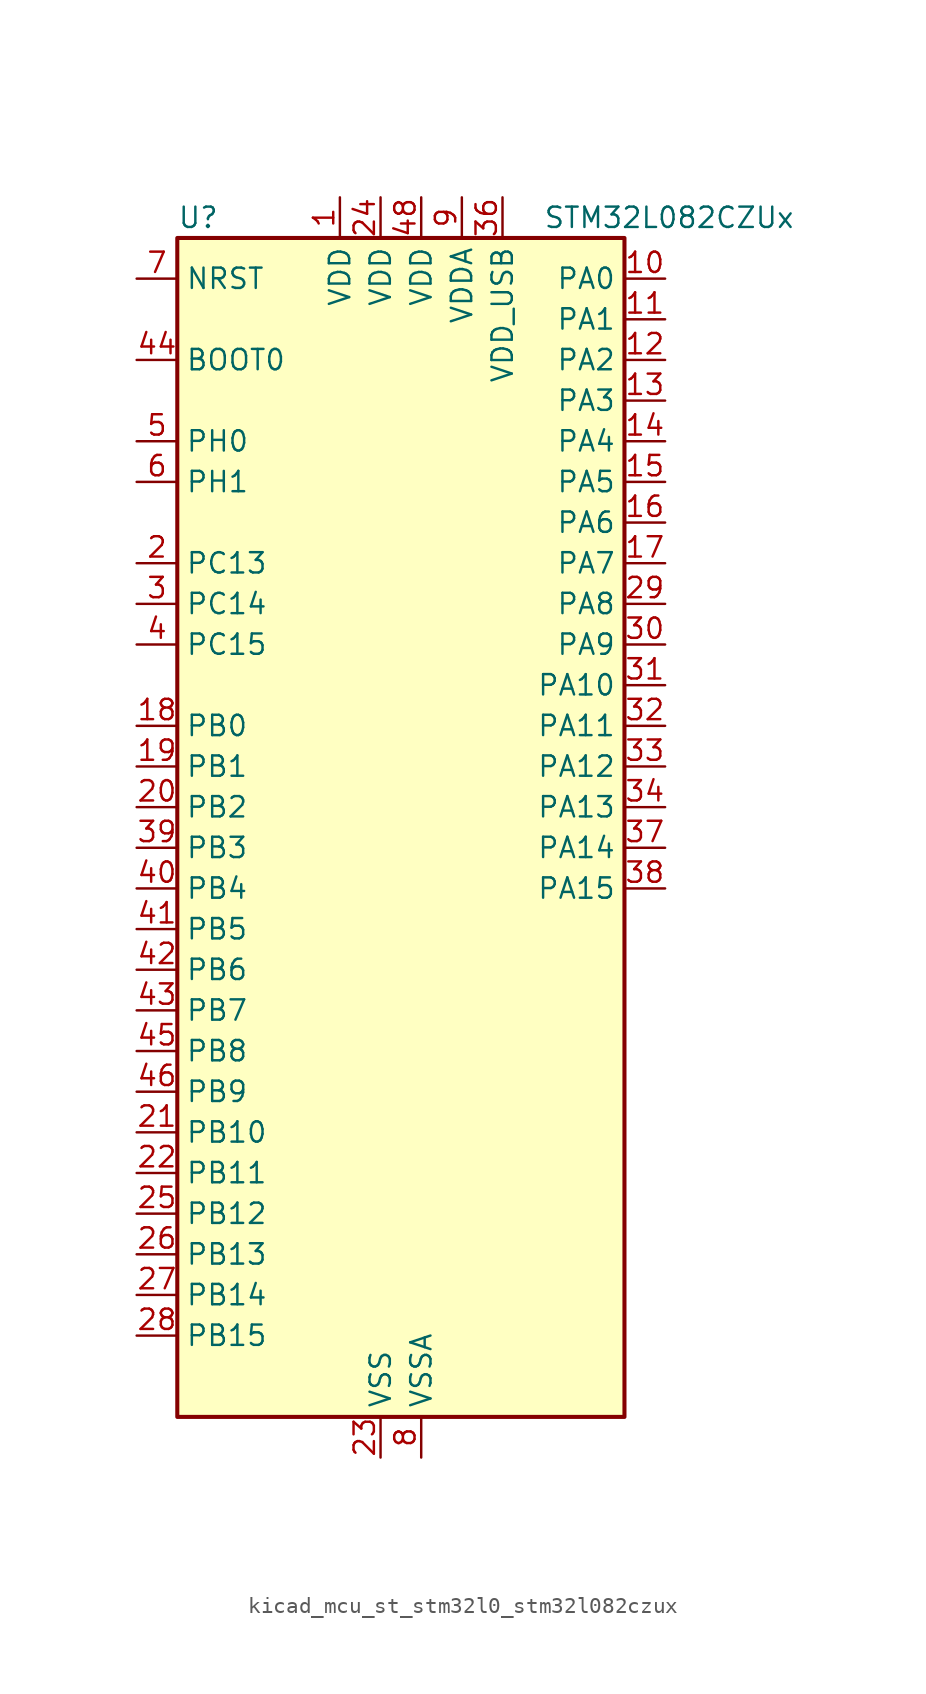
<source format=kicad_sym>
(kicad_symbol_lib
  (version 20220914)
  (generator kicad_symbol_editor)
  (symbol "kicad_mcu_st_stm32l0_stm32l082czux"
    (property "Reference" "U"
      (at -12.7 39.37 0)
      (effects (font (size 1.27 1.27)) (justify left)))
    (property "Value" "STM32L082CZUx"
      (at 10.16 39.37 0)
      (effects (font (size 1.27 1.27)) (justify left)))
    (property "ki_locked" ""
      (at 0 0 0)
      (effects (font (size 1.27 1.27))))
    (symbol "kicad_mcu_st_stm32l0_stm32l082czux_0_1"
      (rectangle (start -12.7 -35.56) (end 15.24 38.1) (stroke (width 0.254) (type default)) (fill (type background))))
    (symbol "kicad_mcu_st_stm32l0_stm32l082czux_1_1"
      (pin power_in line (at -2.54 40.64 270) (length 2.54) (name "VDD" (effects (font (size 1.27 1.27)))) (number "1" (effects (font (size 1.27 1.27)))))
      (pin bidirectional line (at 17.78 35.56 180) (length 2.54) (name "PA0" (effects (font (size 1.27 1.27)))) (number "10" (effects (font (size 1.27 1.27)))) (alternate "ADC_IN0" bidirectional line) (alternate "COMP1_INM" bidirectional line) (alternate "COMP1_OUT" bidirectional line) (alternate "RTC_TAMP2" bidirectional line) (alternate "SYS_WKUP1" bidirectional line) (alternate "TIM2_CH1" bidirectional line) (alternate "TIM2_ETR" bidirectional line) (alternate "TSC_G1_IO1" bidirectional line) (alternate "USART2_CTS" bidirectional line) (alternate "USART4_TX" bidirectional line))
      (pin bidirectional line (at 17.78 33.02 180) (length 2.54) (name "PA1" (effects (font (size 1.27 1.27)))) (number "11" (effects (font (size 1.27 1.27)))) (alternate "ADC_IN1" bidirectional line) (alternate "COMP1_INP" bidirectional line) (alternate "TIM21_ETR" bidirectional line) (alternate "TIM2_CH2" bidirectional line) (alternate "TSC_G1_IO2" bidirectional line) (alternate "USART2_DE" bidirectional line) (alternate "USART2_RTS" bidirectional line) (alternate "USART4_RX" bidirectional line))
      (pin bidirectional line (at 17.78 30.48 180) (length 2.54) (name "PA2" (effects (font (size 1.27 1.27)))) (number "12" (effects (font (size 1.27 1.27)))) (alternate "ADC_IN2" bidirectional line) (alternate "COMP2_INM" bidirectional line) (alternate "COMP2_OUT" bidirectional line) (alternate "LPUART1_TX" bidirectional line) (alternate "TIM21_CH1" bidirectional line) (alternate "TIM2_CH3" bidirectional line) (alternate "TSC_G1_IO3" bidirectional line) (alternate "USART2_TX" bidirectional line))
      (pin bidirectional line (at 17.78 27.94 180) (length 2.54) (name "PA3" (effects (font (size 1.27 1.27)))) (number "13" (effects (font (size 1.27 1.27)))) (alternate "ADC_IN3" bidirectional line) (alternate "COMP2_INP" bidirectional line) (alternate "LPUART1_RX" bidirectional line) (alternate "TIM21_CH2" bidirectional line) (alternate "TIM2_CH4" bidirectional line) (alternate "TSC_G1_IO4" bidirectional line) (alternate "USART2_RX" bidirectional line))
      (pin bidirectional line (at 17.78 25.4 180) (length 2.54) (name "PA4" (effects (font (size 1.27 1.27)))) (number "14" (effects (font (size 1.27 1.27)))) (alternate "ADC_IN4" bidirectional line) (alternate "COMP1_INM" bidirectional line) (alternate "COMP2_INM" bidirectional line) (alternate "DAC_OUT1" bidirectional line) (alternate "SPI1_NSS" bidirectional line) (alternate "TIM22_ETR" bidirectional line) (alternate "TSC_G2_IO1" bidirectional line) (alternate "USART2_CK" bidirectional line))
      (pin bidirectional line (at 17.78 22.86 180) (length 2.54) (name "PA5" (effects (font (size 1.27 1.27)))) (number "15" (effects (font (size 1.27 1.27)))) (alternate "ADC_IN5" bidirectional line) (alternate "COMP1_INM" bidirectional line) (alternate "COMP2_INM" bidirectional line) (alternate "DAC_OUT2" bidirectional line) (alternate "SPI1_SCK" bidirectional line) (alternate "TIM2_CH1" bidirectional line) (alternate "TIM2_ETR" bidirectional line) (alternate "TSC_G2_IO2" bidirectional line))
      (pin bidirectional line (at 17.78 20.32 180) (length 2.54) (name "PA6" (effects (font (size 1.27 1.27)))) (number "16" (effects (font (size 1.27 1.27)))) (alternate "ADC_IN6" bidirectional line) (alternate "COMP1_OUT" bidirectional line) (alternate "LPUART1_CTS" bidirectional line) (alternate "SPI1_MISO" bidirectional line) (alternate "TIM22_CH1" bidirectional line) (alternate "TIM3_CH1" bidirectional line) (alternate "TSC_G2_IO3" bidirectional line))
      (pin bidirectional line (at 17.78 17.78 180) (length 2.54) (name "PA7" (effects (font (size 1.27 1.27)))) (number "17" (effects (font (size 1.27 1.27)))) (alternate "ADC_IN7" bidirectional line) (alternate "COMP2_OUT" bidirectional line) (alternate "SPI1_MOSI" bidirectional line) (alternate "TIM22_CH2" bidirectional line) (alternate "TIM3_CH2" bidirectional line) (alternate "TSC_G2_IO4" bidirectional line))
      (pin bidirectional line (at -15.24 7.62 0) (length 2.54) (name "PB0" (effects (font (size 1.27 1.27)))) (number "18" (effects (font (size 1.27 1.27)))) (alternate "ADC_IN8" bidirectional line) (alternate "SYS_VREF_OUT_PB0" bidirectional line) (alternate "TIM3_CH3" bidirectional line) (alternate "TSC_G3_IO2" bidirectional line))
      (pin bidirectional line (at -15.24 5.08 0) (length 2.54) (name "PB1" (effects (font (size 1.27 1.27)))) (number "19" (effects (font (size 1.27 1.27)))) (alternate "ADC_IN9" bidirectional line) (alternate "LPUART1_DE" bidirectional line) (alternate "LPUART1_RTS" bidirectional line) (alternate "SYS_VREF_OUT_PB1" bidirectional line) (alternate "TIM3_CH4" bidirectional line) (alternate "TSC_G3_IO3" bidirectional line))
      (pin bidirectional line (at -15.24 17.78 0) (length 2.54) (name "PC13" (effects (font (size 1.27 1.27)))) (number "2" (effects (font (size 1.27 1.27)))) (alternate "RTC_OUT_ALARM" bidirectional line) (alternate "RTC_OUT_CALIB" bidirectional line) (alternate "RTC_TAMP1" bidirectional line) (alternate "RTC_TS" bidirectional line) (alternate "SYS_WKUP2" bidirectional line))
      (pin bidirectional line (at -15.24 2.54 0) (length 2.54) (name "PB2" (effects (font (size 1.27 1.27)))) (number "20" (effects (font (size 1.27 1.27)))) (alternate "I2C3_SMBA" bidirectional line) (alternate "LPTIM1_OUT" bidirectional line) (alternate "TSC_G3_IO4" bidirectional line))
      (pin bidirectional line (at -15.24 -17.78 0) (length 2.54) (name "PB10" (effects (font (size 1.27 1.27)))) (number "21" (effects (font (size 1.27 1.27)))) (alternate "I2C2_SCL" bidirectional line) (alternate "LPUART1_RX" bidirectional line) (alternate "LPUART1_TX" bidirectional line) (alternate "SPI2_SCK" bidirectional line) (alternate "TIM2_CH3" bidirectional line) (alternate "TSC_SYNC" bidirectional line))
      (pin bidirectional line (at -15.24 -20.32 0) (length 2.54) (name "PB11" (effects (font (size 1.27 1.27)))) (number "22" (effects (font (size 1.27 1.27)))) (alternate "ADC_EXTI11" bidirectional line) (alternate "I2C2_SDA" bidirectional line) (alternate "LPUART1_RX" bidirectional line) (alternate "LPUART1_TX" bidirectional line) (alternate "TIM2_CH4" bidirectional line) (alternate "TSC_G6_IO1" bidirectional line))
      (pin power_in line (at 0 -38.1 90) (length 2.54) (name "VSS" (effects (font (size 1.27 1.27)))) (number "23" (effects (font (size 1.27 1.27)))))
      (pin power_in line (at 0 40.64 270) (length 2.54) (name "VDD" (effects (font (size 1.27 1.27)))) (number "24" (effects (font (size 1.27 1.27)))))
      (pin bidirectional line (at -15.24 -22.86 0) (length 2.54) (name "PB12" (effects (font (size 1.27 1.27)))) (number "25" (effects (font (size 1.27 1.27)))) (alternate "I2S2_WS" bidirectional line) (alternate "LPUART1_DE" bidirectional line) (alternate "LPUART1_RTS" bidirectional line) (alternate "SPI2_NSS" bidirectional line) (alternate "TSC_G6_IO2" bidirectional line))
      (pin bidirectional line (at -15.24 -25.4 0) (length 2.54) (name "PB13" (effects (font (size 1.27 1.27)))) (number "26" (effects (font (size 1.27 1.27)))) (alternate "I2C2_SCL" bidirectional line) (alternate "I2S2_CK" bidirectional line) (alternate "LPUART1_CTS" bidirectional line) (alternate "RCC_MCO" bidirectional line) (alternate "SPI2_SCK" bidirectional line) (alternate "TIM21_CH1" bidirectional line) (alternate "TSC_G6_IO3" bidirectional line))
      (pin bidirectional line (at -15.24 -27.94 0) (length 2.54) (name "PB14" (effects (font (size 1.27 1.27)))) (number "27" (effects (font (size 1.27 1.27)))) (alternate "I2C2_SDA" bidirectional line) (alternate "I2S2_MCK" bidirectional line) (alternate "LPUART1_DE" bidirectional line) (alternate "LPUART1_RTS" bidirectional line) (alternate "RTC_OUT_ALARM" bidirectional line) (alternate "RTC_OUT_CALIB" bidirectional line) (alternate "SPI2_MISO" bidirectional line) (alternate "TIM21_CH2" bidirectional line) (alternate "TSC_G6_IO4" bidirectional line))
      (pin bidirectional line (at -15.24 -30.48 0) (length 2.54) (name "PB15" (effects (font (size 1.27 1.27)))) (number "28" (effects (font (size 1.27 1.27)))) (alternate "I2S2_SD" bidirectional line) (alternate "RTC_REFIN" bidirectional line) (alternate "SPI2_MOSI" bidirectional line))
      (pin bidirectional line (at 17.78 15.24 180) (length 2.54) (name "PA8" (effects (font (size 1.27 1.27)))) (number "29" (effects (font (size 1.27 1.27)))) (alternate "CRS_SYNC" bidirectional line) (alternate "I2C3_SCL" bidirectional line) (alternate "RCC_MCO" bidirectional line) (alternate "USART1_CK" bidirectional line))
      (pin bidirectional line (at -15.24 15.24 0) (length 2.54) (name "PC14" (effects (font (size 1.27 1.27)))) (number "3" (effects (font (size 1.27 1.27)))) (alternate "RCC_OSC32_IN" bidirectional line))
      (pin bidirectional line (at 17.78 12.7 180) (length 2.54) (name "PA9" (effects (font (size 1.27 1.27)))) (number "30" (effects (font (size 1.27 1.27)))) (alternate "DAC_EXTI9" bidirectional line) (alternate "I2C1_SCL" bidirectional line) (alternate "I2C3_SMBA" bidirectional line) (alternate "RCC_MCO" bidirectional line) (alternate "TSC_G4_IO1" bidirectional line) (alternate "USART1_TX" bidirectional line))
      (pin bidirectional line (at 17.78 10.16 180) (length 2.54) (name "PA10" (effects (font (size 1.27 1.27)))) (number "31" (effects (font (size 1.27 1.27)))) (alternate "I2C1_SDA" bidirectional line) (alternate "TSC_G4_IO2" bidirectional line) (alternate "USART1_RX" bidirectional line))
      (pin bidirectional line (at 17.78 7.62 180) (length 2.54) (name "PA11" (effects (font (size 1.27 1.27)))) (number "32" (effects (font (size 1.27 1.27)))) (alternate "ADC_EXTI11" bidirectional line) (alternate "COMP1_OUT" bidirectional line) (alternate "SPI1_MISO" bidirectional line) (alternate "TSC_G4_IO3" bidirectional line) (alternate "USART1_CTS" bidirectional line) (alternate "USB_DM" bidirectional line))
      (pin bidirectional line (at 17.78 5.08 180) (length 2.54) (name "PA12" (effects (font (size 1.27 1.27)))) (number "33" (effects (font (size 1.27 1.27)))) (alternate "COMP2_OUT" bidirectional line) (alternate "SPI1_MOSI" bidirectional line) (alternate "TSC_G4_IO4" bidirectional line) (alternate "USART1_DE" bidirectional line) (alternate "USART1_RTS" bidirectional line) (alternate "USB_DP" bidirectional line))
      (pin bidirectional line (at 17.78 2.54 180) (length 2.54) (name "PA13" (effects (font (size 1.27 1.27)))) (number "34" (effects (font (size 1.27 1.27)))) (alternate "LPUART1_RX" bidirectional line) (alternate "SYS_SWDIO" bidirectional line) (alternate "USB_NOE" bidirectional line))
      (pin passive line (at 0 -38.1 90) (length 2.54) hide (name "VSS" (effects (font (size 1.27 1.27)))) (number "35" (effects (font (size 1.27 1.27)))))
      (pin power_in line (at 7.62 40.64 270) (length 2.54) (name "VDD_USB" (effects (font (size 1.27 1.27)))) (number "36" (effects (font (size 1.27 1.27)))))
      (pin bidirectional line (at 17.78 0 180) (length 2.54) (name "PA14" (effects (font (size 1.27 1.27)))) (number "37" (effects (font (size 1.27 1.27)))) (alternate "LPUART1_TX" bidirectional line) (alternate "SYS_SWCLK" bidirectional line) (alternate "USART2_TX" bidirectional line))
      (pin bidirectional line (at 17.78 -2.54 180) (length 2.54) (name "PA15" (effects (font (size 1.27 1.27)))) (number "38" (effects (font (size 1.27 1.27)))) (alternate "SPI1_NSS" bidirectional line) (alternate "TIM2_CH1" bidirectional line) (alternate "TIM2_ETR" bidirectional line) (alternate "USART2_RX" bidirectional line) (alternate "USART4_DE" bidirectional line) (alternate "USART4_RTS" bidirectional line))
      (pin bidirectional line (at -15.24 0 0) (length 2.54) (name "PB3" (effects (font (size 1.27 1.27)))) (number "39" (effects (font (size 1.27 1.27)))) (alternate "COMP2_INM" bidirectional line) (alternate "SPI1_SCK" bidirectional line) (alternate "TIM2_CH2" bidirectional line) (alternate "TSC_G5_IO1" bidirectional line) (alternate "USART1_DE" bidirectional line) (alternate "USART1_RTS" bidirectional line) (alternate "USART5_TX" bidirectional line))
      (pin bidirectional line (at -15.24 12.7 0) (length 2.54) (name "PC15" (effects (font (size 1.27 1.27)))) (number "4" (effects (font (size 1.27 1.27)))) (alternate "RCC_OSC32_OUT" bidirectional line))
      (pin bidirectional line (at -15.24 -2.54 0) (length 2.54) (name "PB4" (effects (font (size 1.27 1.27)))) (number "40" (effects (font (size 1.27 1.27)))) (alternate "COMP2_INP" bidirectional line) (alternate "I2C3_SDA" bidirectional line) (alternate "SPI1_MISO" bidirectional line) (alternate "TIM22_CH1" bidirectional line) (alternate "TIM3_CH1" bidirectional line) (alternate "TSC_G5_IO2" bidirectional line) (alternate "USART1_CTS" bidirectional line) (alternate "USART5_RX" bidirectional line))
      (pin bidirectional line (at -15.24 -5.08 0) (length 2.54) (name "PB5" (effects (font (size 1.27 1.27)))) (number "41" (effects (font (size 1.27 1.27)))) (alternate "COMP2_INP" bidirectional line) (alternate "I2C1_SMBA" bidirectional line) (alternate "LPTIM1_IN1" bidirectional line) (alternate "SPI1_MOSI" bidirectional line) (alternate "TIM22_CH2" bidirectional line) (alternate "TIM3_CH2" bidirectional line) (alternate "USART1_CK" bidirectional line) (alternate "USART5_CK" bidirectional line) (alternate "USART5_DE" bidirectional line) (alternate "USART5_RTS" bidirectional line))
      (pin bidirectional line (at -15.24 -7.62 0) (length 2.54) (name "PB6" (effects (font (size 1.27 1.27)))) (number "42" (effects (font (size 1.27 1.27)))) (alternate "COMP2_INP" bidirectional line) (alternate "I2C1_SCL" bidirectional line) (alternate "LPTIM1_ETR" bidirectional line) (alternate "TSC_G5_IO3" bidirectional line) (alternate "USART1_TX" bidirectional line))
      (pin bidirectional line (at -15.24 -10.16 0) (length 2.54) (name "PB7" (effects (font (size 1.27 1.27)))) (number "43" (effects (font (size 1.27 1.27)))) (alternate "COMP2_INP" bidirectional line) (alternate "I2C1_SDA" bidirectional line) (alternate "LPTIM1_IN2" bidirectional line) (alternate "SYS_PVD_IN" bidirectional line) (alternate "TSC_G5_IO4" bidirectional line) (alternate "USART1_RX" bidirectional line) (alternate "USART4_CTS" bidirectional line))
      (pin input line (at -15.24 30.48 0) (length 2.54) (name "BOOT0" (effects (font (size 1.27 1.27)))) (number "44" (effects (font (size 1.27 1.27)))))
      (pin bidirectional line (at -15.24 -12.7 0) (length 2.54) (name "PB8" (effects (font (size 1.27 1.27)))) (number "45" (effects (font (size 1.27 1.27)))) (alternate "I2C1_SCL" bidirectional line) (alternate "TSC_SYNC" bidirectional line))
      (pin bidirectional line (at -15.24 -15.24 0) (length 2.54) (name "PB9" (effects (font (size 1.27 1.27)))) (number "46" (effects (font (size 1.27 1.27)))) (alternate "DAC_EXTI9" bidirectional line) (alternate "I2C1_SDA" bidirectional line) (alternate "I2S2_WS" bidirectional line) (alternate "SPI2_NSS" bidirectional line))
      (pin passive line (at 0 -38.1 90) (length 2.54) hide (name "VSS" (effects (font (size 1.27 1.27)))) (number "47" (effects (font (size 1.27 1.27)))))
      (pin power_in line (at 2.54 40.64 270) (length 2.54) (name "VDD" (effects (font (size 1.27 1.27)))) (number "48" (effects (font (size 1.27 1.27)))))
      (pin passive line (at 0 -38.1 90) (length 2.54) hide (name "VSS" (effects (font (size 1.27 1.27)))) (number "49" (effects (font (size 1.27 1.27)))))
      (pin bidirectional line (at -15.24 25.4 0) (length 2.54) (name "PH0" (effects (font (size 1.27 1.27)))) (number "5" (effects (font (size 1.27 1.27)))) (alternate "CRS_SYNC" bidirectional line) (alternate "RCC_OSC_IN" bidirectional line))
      (pin bidirectional line (at -15.24 22.86 0) (length 2.54) (name "PH1" (effects (font (size 1.27 1.27)))) (number "6" (effects (font (size 1.27 1.27)))) (alternate "RCC_OSC_OUT" bidirectional line))
      (pin input line (at -15.24 35.56 0) (length 2.54) (name "NRST" (effects (font (size 1.27 1.27)))) (number "7" (effects (font (size 1.27 1.27)))))
      (pin power_in line (at 2.54 -38.1 90) (length 2.54) (name "VSSA" (effects (font (size 1.27 1.27)))) (number "8" (effects (font (size 1.27 1.27)))))
      (pin power_in line (at 5.08 40.64 270) (length 2.54) (name "VDDA" (effects (font (size 1.27 1.27)))) (number "9" (effects (font (size 1.27 1.27))))))))
</source>
